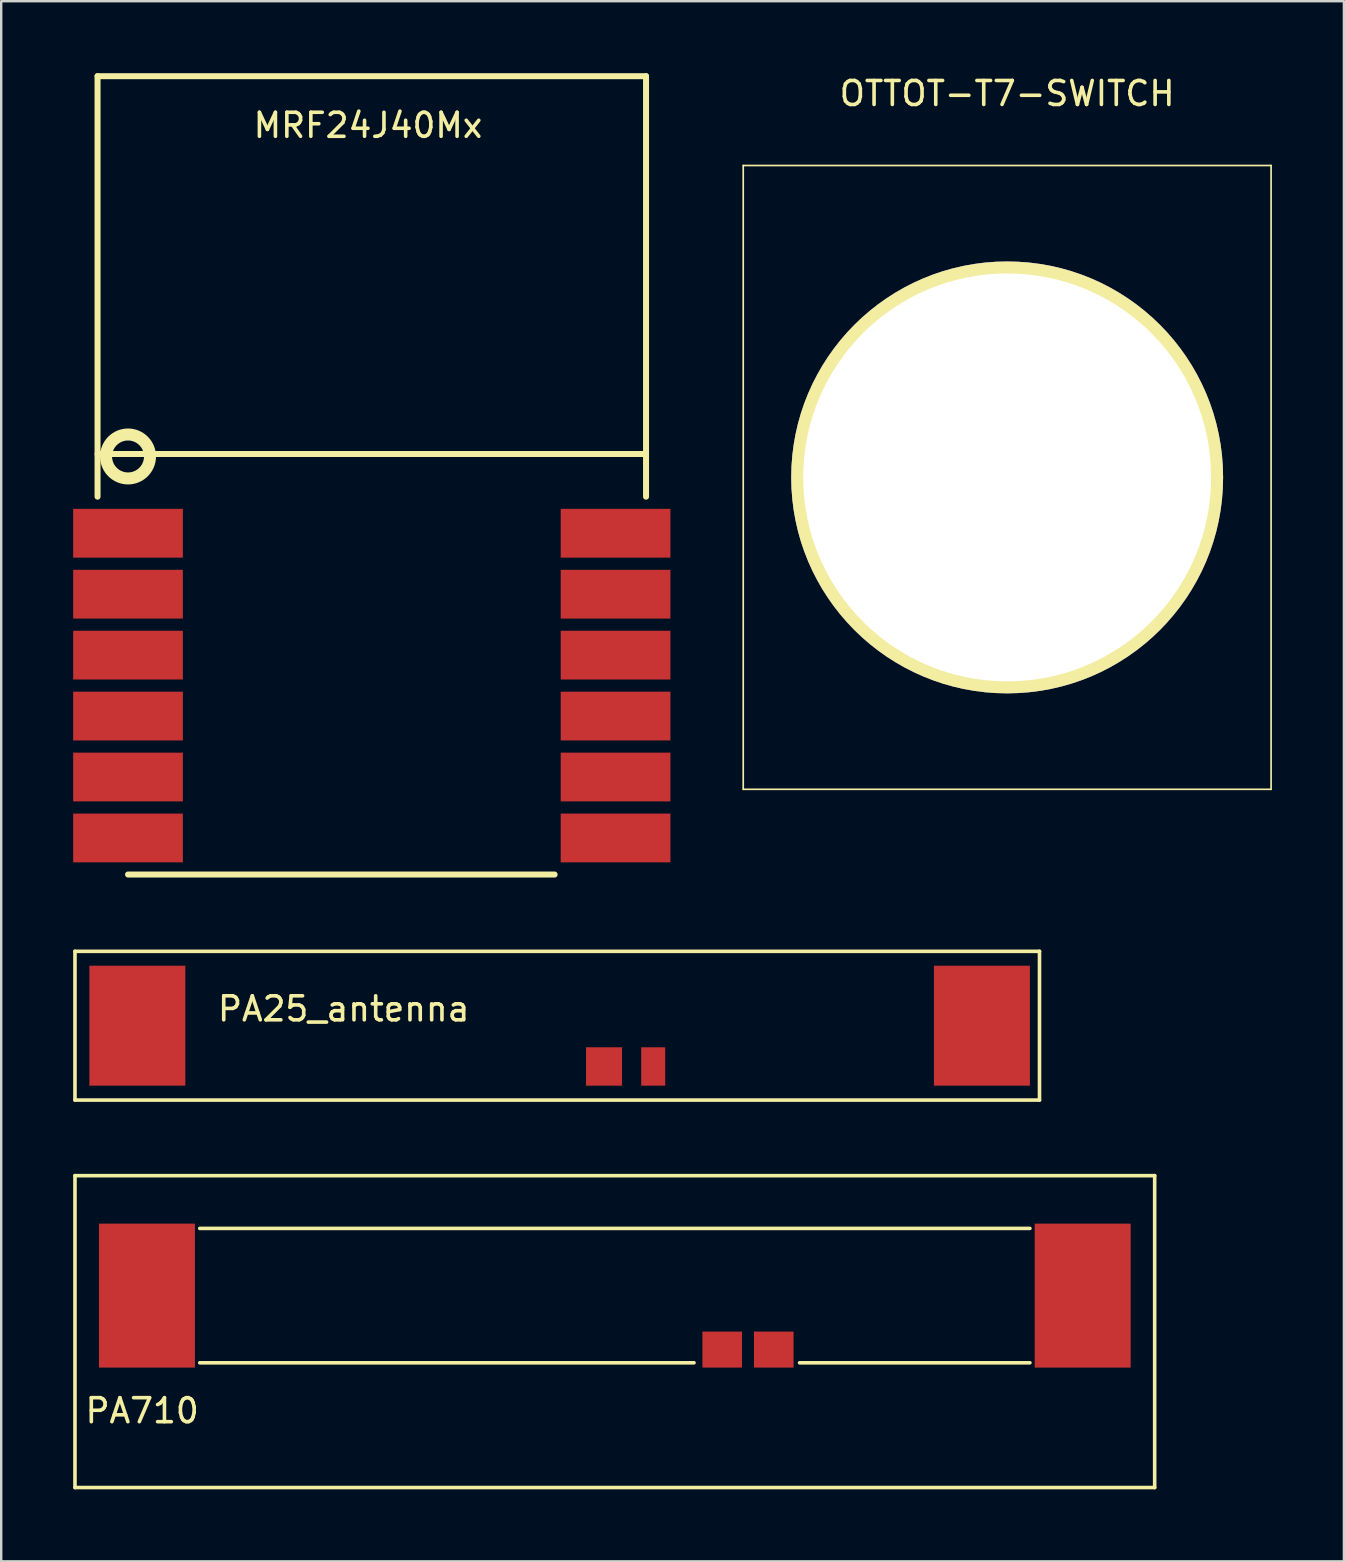
<source format=kicad_pcb>
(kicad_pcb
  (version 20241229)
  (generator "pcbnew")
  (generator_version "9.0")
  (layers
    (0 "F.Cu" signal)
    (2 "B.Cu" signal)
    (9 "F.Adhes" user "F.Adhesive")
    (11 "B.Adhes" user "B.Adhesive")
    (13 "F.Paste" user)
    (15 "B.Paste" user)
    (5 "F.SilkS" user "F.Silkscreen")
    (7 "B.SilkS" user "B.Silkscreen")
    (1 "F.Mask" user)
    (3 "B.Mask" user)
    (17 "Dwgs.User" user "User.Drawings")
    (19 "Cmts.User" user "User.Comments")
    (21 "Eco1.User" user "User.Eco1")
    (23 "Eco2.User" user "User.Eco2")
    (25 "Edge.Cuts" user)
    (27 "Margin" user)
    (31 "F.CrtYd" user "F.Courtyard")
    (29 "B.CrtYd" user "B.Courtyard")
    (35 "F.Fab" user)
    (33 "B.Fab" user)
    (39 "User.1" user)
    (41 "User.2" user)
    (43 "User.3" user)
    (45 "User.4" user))
  (footprint "PA25_antenna"
    (layer "F.Cu")
    (at 4.675 42.199)
    (property "Reference" "PA25_antenna" (at 6.6 -3.2 0) (layer "F.SilkS") (effects (font (size 1 1) (thickness 0.15))))
    (attr through_hole)
    (fp_line (start -4.6 -5.6) (end -4.6 0.6) (stroke (width 0.15) (type solid)) (layer "F.SilkS"))
    (fp_line (start -4.6 0.6) (end 35.6 0.6) (stroke (width 0.15) (type solid)) (layer "F.SilkS"))
    (fp_line (start 35.6 -5.6) (end -4.6 -5.6) (stroke (width 0.15) (type solid)) (layer "F.SilkS"))
    (fp_line (start 35.6 0.6) (end 35.6 -5.6) (stroke (width 0.15) (type solid)) (layer "F.SilkS"))
    (pad "1" smd rect (at 19.5 -0.8) (size 1 1.6) (layers "F.Cu" "F.Mask" "F.Paste"))
    (pad "2" smd rect (at 17.45 -0.8) (size 1.5 1.6) (layers "F.Cu" "F.Mask" "F.Paste"))
    (pad "3" smd rect (at -2 -2.5) (size 4 5) (layers "F.Cu" "F.Mask" "F.Paste"))
    (pad "4" smd rect (at 33.2 -2.5) (size 4 5) (layers "F.Cu" "F.Mask" "F.Paste")))
  (footprint "OTTOT-T7-SWITCH"
    (layer "F.Cu")
    (at 38.927 16.848)
    (property "Reference" "OTTOT-T7-SWITCH" (at 0 -16 0) (layer "F.SilkS") (effects (font (size 1 1) (thickness 0.15))))
    (attr through_hole)
    (fp_line (start -11 -13) (end -11 13) (stroke (width 0.07) (type solid)) (layer "F.SilkS"))
    (fp_line (start -11 13) (end 11 13) (stroke (width 0.07) (type solid)) (layer "F.SilkS"))
    (fp_line (start 11 -13) (end -11 -13) (stroke (width 0.07) (type solid)) (layer "F.SilkS"))
    (fp_line (start 11 13) (end 11 -13) (stroke (width 0.07) (type solid)) (layer "F.SilkS"))
    (pad "1" thru_hole circle (at 0 0) (size 18 18) (drill 17) (layers "*.Cu" "*.Mask" "F.SilkS")))
  (footprint "MRF24J40Mx"
    (layer "F.Cu")
    (at 2.286 19.175)
    (property "Reference" "MRF24J40Mx" (at 10 -17 180) (layer "F.SilkS") (effects (font (size 1 1) (thickness 0.15))))
    (attr smd)
    (fp_line (start -1.27 -19.05) (end 21.59 -19.05) (stroke (width 0.25) (type solid)) (layer "F.SilkS"))
    (fp_line (start -1.27 -3.302) (end 21.59 -3.302) (stroke (width 0.25) (type solid)) (layer "F.SilkS"))
    (fp_line (start -1.27 -1.524) (end -1.27 -19.05) (stroke (width 0.25) (type solid)) (layer "F.SilkS"))
    (fp_line (start 0 14.224) (end 17.78 14.224) (stroke (width 0.25) (type solid)) (layer "F.SilkS"))
    (fp_line (start 21.59 -19.05) (end 21.59 -1.524) (stroke (width 0.25) (type solid)) (layer "F.SilkS"))
    (fp_circle (center 0 -3.2) (end 0.762 -2.692) (stroke (width 0.5) (type solid)) (fill no) (layer "F.SilkS"))
    (pad "1" smd rect (at 0 0) (size 4.572 2.032) (layers "F.Cu" "F.Mask" "F.Paste"))
    (pad "2" smd rect (at 0 2.54) (size 4.572 2.032) (layers "F.Cu" "F.Mask" "F.Paste"))
    (pad "3" smd rect (at 0 5.08) (size 4.572 2.032) (layers "F.Cu" "F.Mask" "F.Paste"))
    (pad "4" smd rect (at 0 7.62) (size 4.572 2.032) (layers "F.Cu" "F.Mask" "F.Paste"))
    (pad "5" smd rect (at 0 10.16) (size 4.572 2.032) (layers "F.Cu" "F.Mask" "F.Paste"))
    (pad "6" smd rect (at 0 12.7) (size 4.572 2.032) (layers "F.Cu" "F.Mask" "F.Paste"))
    (pad "7" smd rect (at 20.32 12.7) (size 4.572 2.032) (layers "F.Cu" "F.Mask" "F.Paste"))
    (pad "8" smd rect (at 20.32 10.16) (size 4.572 2.032) (layers "F.Cu" "F.Mask" "F.Paste"))
    (pad "9" smd rect (at 20.32 7.62) (size 4.572 2.032) (layers "F.Cu" "F.Mask" "F.Paste"))
    (pad "10" smd rect (at 20.32 5.08) (size 4.572 2.032) (layers "F.Cu" "F.Mask" "F.Paste"))
    (pad "11" smd rect (at 20.32 2.54) (size 4.572 2.032) (layers "F.Cu" "F.Mask" "F.Paste"))
    (pad "12" smd rect (at 20.32 0) (size 4.572 2.032) (layers "F.Cu" "F.Mask" "F.Paste")))
  (footprint "PA710"
    (layer "F.Cu")
    (at 3.075 50.949)
    (property "Reference" "PA710" (at -0.2 4.8 0) (layer "F.SilkS") (effects (font (size 1 1) (thickness 0.15))))
    (attr through_hole)
    (fp_line (start -3 -5) (end 42 -5) (stroke (width 0.15) (type solid)) (layer "F.SilkS"))
    (fp_line (start -3 8) (end -3 -5) (stroke (width 0.15) (type solid)) (layer "F.SilkS"))
    (fp_line (start 2.2 2.8) (end 22.8 2.8) (stroke (width 0.15) (type solid)) (layer "F.SilkS"))
    (fp_line (start 27.2 2.8) (end 36.8 2.8) (stroke (width 0.15) (type solid)) (layer "F.SilkS"))
    (fp_line (start 36.8 -2.8) (end 2.2 -2.8) (stroke (width 0.15) (type solid)) (layer "F.SilkS"))
    (fp_line (start 42 -5) (end 42 8) (stroke (width 0.15) (type solid)) (layer "F.SilkS"))
    (fp_line (start 42 8) (end -3 8) (stroke (width 0.15) (type solid)) (layer "F.SilkS"))
    (pad "" smd rect (at 0 0) (size 4 6) (layers "F.Cu" "F.Mask" "F.Paste"))
    (pad "" smd rect (at 39 0) (size 4 6) (layers "F.Cu" "F.Mask" "F.Paste"))
    (pad "GND" smd rect (at 23.975 2.25) (size 1.65 1.5) (layers "F.Cu" "F.Mask" "F.Paste"))
    (pad "RF" smd rect (at 26.125 2.25) (size 1.65 1.5) (layers "F.Cu" "F.Mask" "F.Paste")))
  (gr_rect
    (start -3 -3)
    (end 52.962 62.024)
    (stroke (width 0.1) (type default))
    (fill no)
    (layer "Edge.Cuts")))
</source>
